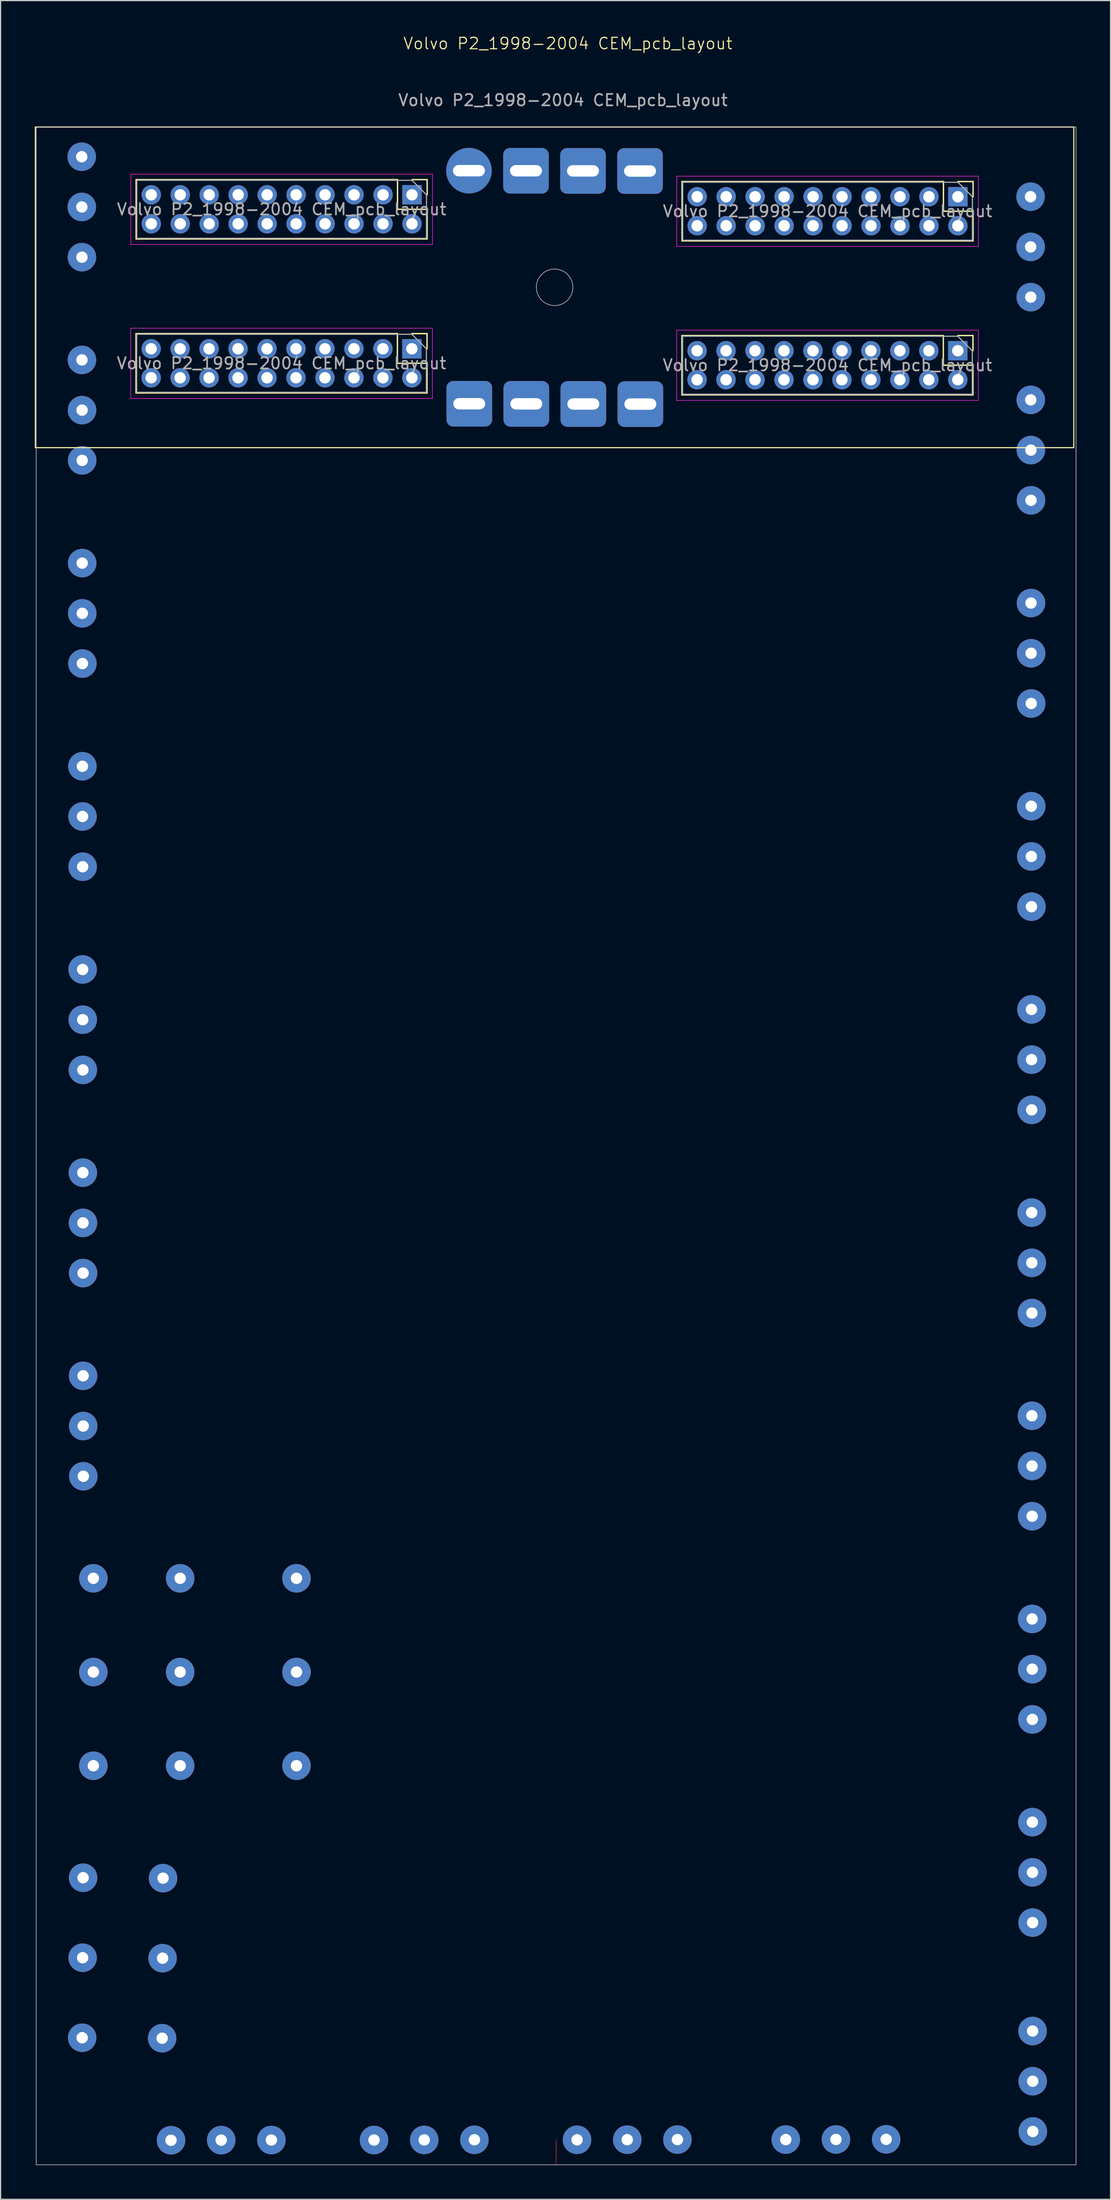
<source format=kicad_pcb>
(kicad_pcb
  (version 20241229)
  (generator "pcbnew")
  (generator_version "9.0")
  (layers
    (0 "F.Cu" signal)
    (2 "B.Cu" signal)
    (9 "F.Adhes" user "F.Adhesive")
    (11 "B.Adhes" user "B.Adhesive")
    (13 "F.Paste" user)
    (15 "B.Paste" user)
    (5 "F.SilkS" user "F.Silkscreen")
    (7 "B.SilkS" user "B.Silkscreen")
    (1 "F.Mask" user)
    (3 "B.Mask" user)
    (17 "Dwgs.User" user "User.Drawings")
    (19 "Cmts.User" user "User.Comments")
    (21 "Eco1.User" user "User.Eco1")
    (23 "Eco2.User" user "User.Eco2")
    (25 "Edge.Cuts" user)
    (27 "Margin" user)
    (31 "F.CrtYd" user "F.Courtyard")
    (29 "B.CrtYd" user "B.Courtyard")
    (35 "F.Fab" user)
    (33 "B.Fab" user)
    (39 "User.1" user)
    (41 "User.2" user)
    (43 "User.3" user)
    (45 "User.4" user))
  (footprint "Volvo P2_1998-2004 CEM_pcb_layout"
    (layer "F.Cu")
    (at 45.515 113.551)
    (property "Reference" "Volvo P2_1998-2004 CEM_pcb_layout" (at 1.23 -112.79 0) (unlocked yes) (layer "F.SilkS") (effects (font (size 1 1) (thickness 0.1))))
    (attr smd)
    (fp_line (start 0.195 73.05) (end 0.2 70.85) (stroke (width 0.05) (type default)) (layer "F.Cu"))
    (fp_line (start -36.642 -87.375) (end -36.642 -82.175) (stroke (width 0.12) (type solid)) (layer "F.SilkS"))
    (fp_line (start -36.633 -100.865) (end -36.633 -95.665) (stroke (width 0.12) (type solid)) (layer "F.SilkS"))
    (fp_line (start -13.723 -87.375) (end -36.642 -87.375) (stroke (width 0.12) (type solid)) (layer "F.SilkS"))
    (fp_line (start -13.723 -87.375) (end -13.723 -84.775) (stroke (width 0.12) (type solid)) (layer "F.SilkS"))
    (fp_line (start -13.723 -84.775) (end -11.123 -84.775) (stroke (width 0.12) (type solid)) (layer "F.SilkS"))
    (fp_line (start -13.713 -100.865) (end -36.633 -100.865) (stroke (width 0.12) (type solid)) (layer "F.SilkS"))
    (fp_line (start -13.713 -100.865) (end -13.713 -98.265) (stroke (width 0.12) (type solid)) (layer "F.SilkS"))
    (fp_line (start -13.713 -98.265) (end -11.113 -98.265) (stroke (width 0.12) (type solid)) (layer "F.SilkS"))
    (fp_line (start -12.453 -87.375) (end -11.123 -87.375) (stroke (width 0.12) (type solid)) (layer "F.SilkS"))
    (fp_line (start -12.443 -100.865) (end -11.113 -100.865) (stroke (width 0.12) (type solid)) (layer "F.SilkS"))
    (fp_line (start -11.123 -87.375) (end -11.123 -86.045) (stroke (width 0.12) (type solid)) (layer "F.SilkS"))
    (fp_line (start -11.123 -84.775) (end -11.123 -82.175) (stroke (width 0.12) (type solid)) (layer "F.SilkS"))
    (fp_line (start -11.123 -82.175) (end -36.642 -82.175) (stroke (width 0.12) (type solid)) (layer "F.SilkS"))
    (fp_line (start -11.113 -100.865) (end -11.113 -99.535) (stroke (width 0.12) (type solid)) (layer "F.SilkS"))
    (fp_line (start -11.113 -98.265) (end -11.113 -95.665) (stroke (width 0.12) (type solid)) (layer "F.SilkS"))
    (fp_line (start -11.113 -95.665) (end -36.633 -95.665) (stroke (width 0.12) (type solid)) (layer "F.SilkS"))
    (fp_line (start 11.223 -87.205) (end 11.223 -82.005) (stroke (width 0.12) (type solid)) (layer "F.SilkS"))
    (fp_line (start 11.232 -100.695) (end 11.232 -95.495) (stroke (width 0.12) (type solid)) (layer "F.SilkS"))
    (fp_line (start 34.142 -87.205) (end 11.223 -87.205) (stroke (width 0.12) (type solid)) (layer "F.SilkS"))
    (fp_line (start 34.142 -87.205) (end 34.142 -84.605) (stroke (width 0.12) (type solid)) (layer "F.SilkS"))
    (fp_line (start 34.142 -84.605) (end 36.742 -84.605) (stroke (width 0.12) (type solid)) (layer "F.SilkS"))
    (fp_line (start 34.153 -100.695) (end 11.232 -100.695) (stroke (width 0.12) (type solid)) (layer "F.SilkS"))
    (fp_line (start 34.153 -100.695) (end 34.153 -98.095) (stroke (width 0.12) (type solid)) (layer "F.SilkS"))
    (fp_line (start 34.153 -98.095) (end 36.752 -98.095) (stroke (width 0.12) (type solid)) (layer "F.SilkS"))
    (fp_line (start 35.413 -87.205) (end 36.742 -87.205) (stroke (width 0.12) (type solid)) (layer "F.SilkS"))
    (fp_line (start 35.422 -100.695) (end 36.752 -100.695) (stroke (width 0.12) (type solid)) (layer "F.SilkS"))
    (fp_line (start 36.742 -87.205) (end 36.742 -85.875) (stroke (width 0.12) (type solid)) (layer "F.SilkS"))
    (fp_line (start 36.742 -84.605) (end 36.742 -82.005) (stroke (width 0.12) (type solid)) (layer "F.SilkS"))
    (fp_line (start 36.742 -82.005) (end 11.223 -82.005) (stroke (width 0.12) (type solid)) (layer "F.SilkS"))
    (fp_line (start 36.752 -100.695) (end 36.752 -99.365) (stroke (width 0.12) (type solid)) (layer "F.SilkS"))
    (fp_line (start 36.752 -98.095) (end 36.752 -95.495) (stroke (width 0.12) (type solid)) (layer "F.SilkS"))
    (fp_line (start 36.752 -95.495) (end 11.232 -95.495) (stroke (width 0.12) (type solid)) (layer "F.SilkS"))
    (fp_rect (start -45.465 -105.475) (end 45.585 -77.385) (stroke (width 0.1) (type default)) (fill no) (layer "F.SilkS"))
    (fp_rect (start -45.39 -105.47) (end 45.78 73.05) (stroke (width 0.05) (type default)) (fill no) (layer "Edge.Cuts"))
    (fp_circle (center 0.06 -91.43) (end 1.208 -90.315) (stroke (width 0.05) (type default)) (fill no) (layer "Edge.Cuts"))
    (fp_line (start -37.102 -87.845) (end -37.102 -81.695) (stroke (width 0.05) (type solid)) (layer "F.CrtYd"))
    (fp_line (start -37.102 -81.695) (end -10.652 -81.695) (stroke (width 0.05) (type solid)) (layer "F.CrtYd"))
    (fp_line (start -37.093 -101.335) (end -37.093 -95.185) (stroke (width 0.05) (type solid)) (layer "F.CrtYd"))
    (fp_line (start -37.093 -95.185) (end -10.643 -95.185) (stroke (width 0.05) (type solid)) (layer "F.CrtYd"))
    (fp_line (start -10.652 -87.845) (end -37.102 -87.845) (stroke (width 0.05) (type solid)) (layer "F.CrtYd"))
    (fp_line (start -10.652 -81.695) (end -10.652 -87.845) (stroke (width 0.05) (type solid)) (layer "F.CrtYd"))
    (fp_line (start -10.643 -101.335) (end -37.093 -101.335) (stroke (width 0.05) (type solid)) (layer "F.CrtYd"))
    (fp_line (start -10.643 -95.185) (end -10.643 -101.335) (stroke (width 0.05) (type solid)) (layer "F.CrtYd"))
    (fp_line (start 10.762 -87.675) (end 10.762 -81.525) (stroke (width 0.05) (type solid)) (layer "F.CrtYd"))
    (fp_line (start 10.762 -81.525) (end 37.212 -81.525) (stroke (width 0.05) (type solid)) (layer "F.CrtYd"))
    (fp_line (start 10.773 -101.165) (end 10.773 -95.015) (stroke (width 0.05) (type solid)) (layer "F.CrtYd"))
    (fp_line (start 10.773 -95.015) (end 37.222 -95.015) (stroke (width 0.05) (type solid)) (layer "F.CrtYd"))
    (fp_line (start 37.212 -87.675) (end 10.762 -87.675) (stroke (width 0.05) (type solid)) (layer "F.CrtYd"))
    (fp_line (start 37.212 -81.525) (end 37.212 -87.675) (stroke (width 0.05) (type solid)) (layer "F.CrtYd"))
    (fp_line (start 37.222 -101.165) (end 10.773 -101.165) (stroke (width 0.05) (type solid)) (layer "F.CrtYd"))
    (fp_line (start 37.222 -95.015) (end 37.222 -101.165) (stroke (width 0.05) (type solid)) (layer "F.CrtYd"))
    (fp_line (start -36.583 -87.315) (end -12.453 -87.315) (stroke (width 0.1) (type solid)) (layer "F.Fab"))
    (fp_line (start -36.583 -82.235) (end -36.583 -87.315) (stroke (width 0.1) (type solid)) (layer "F.Fab"))
    (fp_line (start -36.572 -100.805) (end -12.443 -100.805) (stroke (width 0.1) (type solid)) (layer "F.Fab"))
    (fp_line (start -36.572 -95.725) (end -36.572 -100.805) (stroke (width 0.1) (type solid)) (layer "F.Fab"))
    (fp_line (start -12.453 -87.315) (end -11.182 -86.045) (stroke (width 0.1) (type solid)) (layer "F.Fab"))
    (fp_line (start -12.443 -100.805) (end -11.172 -99.535) (stroke (width 0.1) (type solid)) (layer "F.Fab"))
    (fp_line (start -11.182 -86.045) (end -11.182 -82.235) (stroke (width 0.1) (type solid)) (layer "F.Fab"))
    (fp_line (start -11.182 -82.235) (end -36.583 -82.235) (stroke (width 0.1) (type solid)) (layer "F.Fab"))
    (fp_line (start -11.172 -99.535) (end -11.172 -95.725) (stroke (width 0.1) (type solid)) (layer "F.Fab"))
    (fp_line (start -11.172 -95.725) (end -36.572 -95.725) (stroke (width 0.1) (type solid)) (layer "F.Fab"))
    (fp_line (start 11.283 -87.145) (end 35.413 -87.145) (stroke (width 0.1) (type solid)) (layer "F.Fab"))
    (fp_line (start 11.283 -82.065) (end 11.283 -87.145) (stroke (width 0.1) (type solid)) (layer "F.Fab"))
    (fp_line (start 11.293 -100.635) (end 35.422 -100.635) (stroke (width 0.1) (type solid)) (layer "F.Fab"))
    (fp_line (start 11.293 -95.555) (end 11.293 -100.635) (stroke (width 0.1) (type solid)) (layer "F.Fab"))
    (fp_line (start 35.413 -87.145) (end 36.682 -85.875) (stroke (width 0.1) (type solid)) (layer "F.Fab"))
    (fp_line (start 35.422 -100.635) (end 36.693 -99.365) (stroke (width 0.1) (type solid)) (layer "F.Fab"))
    (fp_line (start 36.682 -85.875) (end 36.682 -82.065) (stroke (width 0.1) (type solid)) (layer "F.Fab"))
    (fp_line (start 36.682 -82.065) (end 11.283 -82.065) (stroke (width 0.1) (type solid)) (layer "F.Fab"))
    (fp_line (start 36.693 -99.365) (end 36.693 -95.555) (stroke (width 0.1) (type solid)) (layer "F.Fab"))
    (fp_line (start 36.693 -95.555) (end 11.293 -95.555) (stroke (width 0.1) (type solid)) (layer "F.Fab"))
    (fp_text user "${REFERENCE}" (at -23.872 -98.265 0) (layer "F.Fab") (effects (font (size 1 1) (thickness 0.15))))
    (fp_text user "${REFERENCE}" (at 23.983 -84.605 0) (layer "F.Fab") (effects (font (size 1 1) (thickness 0.15))))
    (fp_text user "${REFERENCE}" (at 23.992 -98.095 0) (layer "F.Fab") (effects (font (size 1 1) (thickness 0.15))))
    (fp_text user "${REFERENCE}" (at -23.883 -84.775 0) (layer "F.Fab") (effects (font (size 1 1) (thickness 0.15))))
    (fp_text user "${REFERENCE}" (at 0.797 -107.825 0) (unlocked yes) (layer "F.Fab") (effects (font (size 1 1) (thickness 0.15))))
    (pad "1" thru_hole rect (at 35.422 -99.365 270) (size 1.7 1.7) (drill 1) (layers "*.Cu" "*.Mask"))
    (pad "2" thru_hole oval (at 35.422 -96.825 270) (size 1.7 1.7) (drill 1) (layers "*.Cu" "*.Mask"))
    (pad "3" thru_hole oval (at 32.883 -99.365 270) (size 1.7 1.7) (drill 1) (layers "*.Cu" "*.Mask"))
    (pad "4" thru_hole oval (at 32.883 -96.825 270) (size 1.7 1.7) (drill 1) (layers "*.Cu" "*.Mask"))
    (pad "5" thru_hole oval (at 30.343 -99.365 270) (size 1.7 1.7) (drill 1) (layers "*.Cu" "*.Mask"))
    (pad "6" thru_hole oval (at 30.343 -96.825 270) (size 1.7 1.7) (drill 1) (layers "*.Cu" "*.Mask"))
    (pad "7" thru_hole oval (at 27.802 -99.365 270) (size 1.7 1.7) (drill 1) (layers "*.Cu" "*.Mask"))
    (pad "8" thru_hole oval (at 27.802 -96.825 270) (size 1.7 1.7) (drill 1) (layers "*.Cu" "*.Mask"))
    (pad "9" thru_hole oval (at 25.262 -99.365 270) (size 1.7 1.7) (drill 1) (layers "*.Cu" "*.Mask"))
    (pad "10" thru_hole oval (at 25.262 -96.825 270) (size 1.7 1.7) (drill 1) (layers "*.Cu" "*.Mask"))
    (pad "11" thru_hole oval (at 22.723 -99.365 270) (size 1.7 1.7) (drill 1) (layers "*.Cu" "*.Mask"))
    (pad "12" thru_hole oval (at 22.723 -96.825 270) (size 1.7 1.7) (drill 1) (layers "*.Cu" "*.Mask"))
    (pad "13" thru_hole oval (at 20.183 -99.365 270) (size 1.7 1.7) (drill 1) (layers "*.Cu" "*.Mask"))
    (pad "14" thru_hole oval (at 20.183 -96.825 270) (size 1.7 1.7) (drill 1) (layers "*.Cu" "*.Mask"))
    (pad "15" thru_hole oval (at 17.642 -99.365 270) (size 1.7 1.7) (drill 1) (layers "*.Cu" "*.Mask"))
    (pad "16" thru_hole oval (at 17.642 -96.825 270) (size 1.7 1.7) (drill 1) (layers "*.Cu" "*.Mask"))
    (pad "17" thru_hole oval (at 15.102 -99.365 270) (size 1.7 1.7) (drill 1) (layers "*.Cu" "*.Mask"))
    (pad "18" thru_hole oval (at 15.102 -96.825 270) (size 1.7 1.7) (drill 1) (layers "*.Cu" "*.Mask"))
    (pad "19" thru_hole oval (at 12.562 -99.365 270) (size 1.7 1.7) (drill 1) (layers "*.Cu" "*.Mask"))
    (pad "20" thru_hole oval (at 12.562 -96.825 270) (size 1.7 1.7) (drill 1) (layers "*.Cu" "*.Mask"))
    (pad "21" thru_hole rect (at -12.443 -99.535 270) (size 1.7 1.7) (drill 1) (layers "*.Cu" "*.Mask"))
    (pad "22" thru_hole oval (at -12.443 -96.995 270) (size 1.7 1.7) (drill 1) (layers "*.Cu" "*.Mask"))
    (pad "23" thru_hole oval (at -14.982 -99.535 270) (size 1.7 1.7) (drill 1) (layers "*.Cu" "*.Mask"))
    (pad "24" thru_hole oval (at -14.982 -96.995 270) (size 1.7 1.7) (drill 1) (layers "*.Cu" "*.Mask"))
    (pad "25" thru_hole oval (at -17.523 -99.535 270) (size 1.7 1.7) (drill 1) (layers "*.Cu" "*.Mask"))
    (pad "26" thru_hole oval (at -17.523 -96.995 270) (size 1.7 1.7) (drill 1) (layers "*.Cu" "*.Mask"))
    (pad "27" thru_hole oval (at -20.062 -99.535 270) (size 1.7 1.7) (drill 1) (layers "*.Cu" "*.Mask"))
    (pad "28" thru_hole oval (at -20.062 -96.995 270) (size 1.7 1.7) (drill 1) (layers "*.Cu" "*.Mask"))
    (pad "29" thru_hole oval (at -22.602 -99.535 270) (size 1.7 1.7) (drill 1) (layers "*.Cu" "*.Mask"))
    (pad "30" thru_hole oval (at -22.602 -96.995 270) (size 1.7 1.7) (drill 1) (layers "*.Cu" "*.Mask"))
    (pad "31" thru_hole oval (at -25.142 -99.535 270) (size 1.7 1.7) (drill 1) (layers "*.Cu" "*.Mask"))
    (pad "32" thru_hole oval (at -25.142 -96.995 270) (size 1.7 1.7) (drill 1) (layers "*.Cu" "*.Mask"))
    (pad "33" thru_hole oval (at -27.683 -99.535 270) (size 1.7 1.7) (drill 1) (layers "*.Cu" "*.Mask"))
    (pad "34" thru_hole oval (at -27.683 -96.995 270) (size 1.7 1.7) (drill 1) (layers "*.Cu" "*.Mask"))
    (pad "35" thru_hole oval (at -30.223 -99.535 270) (size 1.7 1.7) (drill 1) (layers "*.Cu" "*.Mask"))
    (pad "36" thru_hole oval (at -30.223 -96.995 270) (size 1.7 1.7) (drill 1) (layers "*.Cu" "*.Mask"))
    (pad "37" thru_hole oval (at -32.763 -99.535 270) (size 1.7 1.7) (drill 1) (layers "*.Cu" "*.Mask"))
    (pad "38" thru_hole oval (at -32.763 -96.995 270) (size 1.7 1.7) (drill 1) (layers "*.Cu" "*.Mask"))
    (pad "39" thru_hole oval (at -35.303 -99.535 270) (size 1.7 1.7) (drill 1) (layers "*.Cu" "*.Mask"))
    (pad "40" thru_hole oval (at -35.303 -96.995 270) (size 1.7 1.7) (drill 1) (layers "*.Cu" "*.Mask"))
    (pad "41" thru_hole rect (at 35.413 -85.875 270) (size 1.7 1.7) (drill 1) (layers "*.Cu" "*.Mask"))
    (pad "42" thru_hole oval (at 35.413 -83.335 270) (size 1.7 1.7) (drill 1) (layers "*.Cu" "*.Mask"))
    (pad "43" thru_hole oval (at 32.873 -85.875 270) (size 1.7 1.7) (drill 1) (layers "*.Cu" "*.Mask"))
    (pad "44" thru_hole oval (at 32.873 -83.335 270) (size 1.7 1.7) (drill 1) (layers "*.Cu" "*.Mask"))
    (pad "45" thru_hole oval (at 30.332 -85.875 270) (size 1.7 1.7) (drill 1) (layers "*.Cu" "*.Mask"))
    (pad "46\\" thru_hole oval (at 30.332 -83.335 270) (size 1.7 1.7) (drill 1) (layers "*.Cu" "*.Mask"))
    (pad "47" thru_hole oval (at 27.793 -85.875 270) (size 1.7 1.7) (drill 1) (layers "*.Cu" "*.Mask"))
    (pad "48\\" thru_hole oval (at 27.793 -83.335 270) (size 1.7 1.7) (drill 1) (layers "*.Cu" "*.Mask"))
    (pad "49" thru_hole oval (at 25.253 -85.875 270) (size 1.7 1.7) (drill 1) (layers "*.Cu" "*.Mask"))
    (pad "50" thru_hole oval (at 25.253 -83.335 270) (size 1.7 1.7) (drill 1) (layers "*.Cu" "*.Mask"))
    (pad "51" thru_hole oval (at 22.712 -85.875 270) (size 1.7 1.7) (drill 1) (layers "*.Cu" "*.Mask"))
    (pad "52" thru_hole oval (at 22.712 -83.335 270) (size 1.7 1.7) (drill 1) (layers "*.Cu" "*.Mask"))
    (pad "53" thru_hole oval (at 20.172 -85.875 270) (size 1.7 1.7) (drill 1) (layers "*.Cu" "*.Mask"))
    (pad "54" thru_hole oval (at 20.172 -83.335 270) (size 1.7 1.7) (drill 1) (layers "*.Cu" "*.Mask"))
    (pad "55" thru_hole oval (at 17.633 -85.875 270) (size 1.7 1.7) (drill 1) (layers "*.Cu" "*.Mask"))
    (pad "56" thru_hole oval (at 17.633 -83.335 270) (size 1.7 1.7) (drill 1) (layers "*.Cu" "*.Mask"))
    (pad "57" thru_hole oval (at 15.092 -85.875 270) (size 1.7 1.7) (drill 1) (layers "*.Cu" "*.Mask"))
    (pad "58" thru_hole oval (at 15.092 -83.335 270) (size 1.7 1.7) (drill 1) (layers "*.Cu" "*.Mask"))
    (pad "59" thru_hole oval (at 12.553 -85.875 270) (size 1.7 1.7) (drill 1) (layers "*.Cu" "*.Mask"))
    (pad "60" thru_hole oval (at 12.553 -83.335 270) (size 1.7 1.7) (drill 1) (layers "*.Cu" "*.Mask"))
    (pad "61" thru_hole rect (at -12.453 -86.045 270) (size 1.7 1.7) (drill 1) (layers "*.Cu" "*.Mask"))
    (pad "62" thru_hole oval (at -12.453 -83.505 270) (size 1.7 1.7) (drill 1) (layers "*.Cu" "*.Mask"))
    (pad "63" thru_hole oval (at -14.992 -86.045 270) (size 1.7 1.7) (drill 1) (layers "*.Cu" "*.Mask"))
    (pad "64" thru_hole oval (at -14.992 -83.505 270) (size 1.7 1.7) (drill 1) (layers "*.Cu" "*.Mask"))
    (pad "65" thru_hole oval (at -17.532 -86.045 270) (size 1.7 1.7) (drill 1) (layers "*.Cu" "*.Mask"))
    (pad "66" thru_hole oval (at -17.532 -83.505 270) (size 1.7 1.7) (drill 1) (layers "*.Cu" "*.Mask"))
    (pad "67" thru_hole oval (at -20.073 -86.045 270) (size 1.7 1.7) (drill 1) (layers "*.Cu" "*.Mask"))
    (pad "68" thru_hole oval (at -20.073 -83.505 270) (size 1.7 1.7) (drill 1) (layers "*.Cu" "*.Mask"))
    (pad "69" thru_hole oval (at -22.613 -86.045 270) (size 1.7 1.7) (drill 1) (layers "*.Cu" "*.Mask"))
    (pad "70" thru_hole oval (at -22.613 -83.505 270) (size 1.7 1.7) (drill 1) (layers "*.Cu" "*.Mask"))
    (pad "71" thru_hole oval (at -25.152 -86.045 270) (size 1.7 1.7) (drill 1) (layers "*.Cu" "*.Mask"))
    (pad "72" thru_hole oval (at -25.152 -83.505 270) (size 1.7 1.7) (drill 1) (layers "*.Cu" "*.Mask"))
    (pad "73" thru_hole oval (at -27.692 -86.045 270) (size 1.7 1.7) (drill 1) (layers "*.Cu" "*.Mask"))
    (pad "74" thru_hole oval (at -27.692 -83.505 270) (size 1.7 1.7) (drill 1) (layers "*.Cu" "*.Mask"))
    (pad "75" thru_hole oval (at -30.233 -86.045 270) (size 1.7 1.7) (drill 1) (layers "*.Cu" "*.Mask"))
    (pad "76" thru_hole oval (at -30.233 -83.505 270) (size 1.7 1.7) (drill 1) (layers "*.Cu" "*.Mask"))
    (pad "77" thru_hole oval (at -32.773 -86.045 270) (size 1.7 1.7) (drill 1) (layers "*.Cu" "*.Mask"))
    (pad "78" thru_hole oval (at -32.773 -83.505 270) (size 1.7 1.7) (drill 1) (layers "*.Cu" "*.Mask"))
    (pad "79" thru_hole oval (at -35.312 -86.045 270) (size 1.7 1.7) (drill 1) (layers "*.Cu" "*.Mask"))
    (pad "80" thru_hole oval (at -35.312 -83.505 270) (size 1.7 1.7) (drill 1) (layers "*.Cu" "*.Mask"))
    (pad "81" thru_hole roundrect (at 7.55 -101.62) (size 4 4) (drill oval 2.8 1) (layers "*.Cu" "*.Mask") (roundrect_rratio 0.15))
    (pad "82" thru_hole roundrect (at 2.55 -101.63) (size 4 4) (drill oval 2.8 1) (layers "*.Cu" "*.Mask") (roundrect_rratio 0.15))
    (pad "83" thru_hole roundrect (at -2.45 -101.64) (size 4 4) (drill oval 2.8 1) (layers "*.Cu" "*.Mask") (roundrect_rratio 0.15))
    (pad "84" thru_hole roundrect (at -7.45 -101.65) (size 4 4) (drill oval 2.8 1) (layers "*.Cu" "*.Mask") (roundrect_rratio 0.5))
    (pad "85" thru_hole roundrect (at 7.58 -81.2) (size 4 4) (drill oval 2.8 1) (layers "*.Cu" "*.Mask") (roundrect_rratio 0.15))
    (pad "86" thru_hole roundrect (at 2.58 -81.21) (size 4 4) (drill oval 2.8 1) (layers "*.Cu" "*.Mask") (roundrect_rratio 0.15))
    (pad "87" thru_hole roundrect (at -2.42 -81.22) (size 4 4) (drill oval 2.8 1) (layers "*.Cu" "*.Mask") (roundrect_rratio 0.15))
    (pad "88" thru_hole roundrect (at -7.42 -81.23) (size 4 4) (drill oval 2.8 1) (layers "*.Cu" "*.Mask") (roundrect_rratio 0.15))
    (pad "89" thru_hole circle (at -41.4 -102.87 270) (size 2.5 2.5) (drill 1) (layers "*.Cu" "*.Mask"))
    (pad "89" thru_hole circle (at -41.39 -98.47 270) (size 2.5 2.5) (drill 1) (layers "*.Cu" "*.Mask"))
    (pad "89" thru_hole circle (at -41.38 -94.07 270) (size 2.5 2.5) (drill 1) (layers "*.Cu" "*.Mask"))
    (pad "89" thru_hole circle (at -41.38 -85.07 270) (size 2.5 2.5) (drill 1) (layers "*.Cu" "*.Mask"))
    (pad "89" thru_hole circle (at -41.37 -80.67 270) (size 2.5 2.5) (drill 1) (layers "*.Cu" "*.Mask"))
    (pad "89" thru_hole circle (at -41.36 -76.27 270) (size 2.5 2.5) (drill 1) (layers "*.Cu" "*.Mask"))
    (pad "89" thru_hole circle (at -41.36 -67.27 270) (size 2.5 2.5) (drill 1) (layers "*.Cu" "*.Mask"))
    (pad "89" thru_hole circle (at -41.36 61.92 270) (size 2.5 2.5) (drill 1) (layers "*.Cu" "*.Mask"))
    (pad "89" thru_hole circle (at -41.35 -62.87 270) (size 2.5 2.5) (drill 1) (layers "*.Cu" "*.Mask"))
    (pad "89" thru_hole circle (at -41.34 -58.47 270) (size 2.5 2.5) (drill 1) (layers "*.Cu" "*.Mask"))
    (pad "89" thru_hole circle (at -41.34 -49.47 270) (size 2.5 2.5) (drill 1) (layers "*.Cu" "*.Mask"))
    (pad "89" thru_hole circle (at -41.33 -45.07 270) (size 2.5 2.5) (drill 1) (layers "*.Cu" "*.Mask"))
    (pad "89" thru_hole circle (at -41.32 -40.67 270) (size 2.5 2.5) (drill 1) (layers "*.Cu" "*.Mask"))
    (pad "89" thru_hole circle (at -41.32 -31.67 270) (size 2.5 2.5) (drill 1) (layers "*.Cu" "*.Mask"))
    (pad "89" thru_hole circle (at -41.32 54.91 270) (size 2.5 2.5) (drill 1) (layers "*.Cu" "*.Mask"))
    (pad "89" thru_hole circle (at -41.31 -27.27 270) (size 2.5 2.5) (drill 1) (layers "*.Cu" "*.Mask"))
    (pad "89" thru_hole circle (at -41.3 -22.87 270) (size 2.5 2.5) (drill 1) (layers "*.Cu" "*.Mask"))
    (pad "89" thru_hole circle (at -41.3 -13.87 270) (size 2.5 2.5) (drill 1) (layers "*.Cu" "*.Mask"))
    (pad "89" thru_hole circle (at -41.29 -9.47 270) (size 2.5 2.5) (drill 1) (layers "*.Cu" "*.Mask"))
    (pad "89" thru_hole circle (at -41.28 -5.07 270) (size 2.5 2.5) (drill 1) (layers "*.Cu" "*.Mask"))
    (pad "89" thru_hole circle (at -41.28 3.93 270) (size 2.5 2.5) (drill 1) (layers "*.Cu" "*.Mask"))
    (pad "89" thru_hole circle (at -41.28 47.9 270) (size 2.5 2.5) (drill 1) (layers "*.Cu" "*.Mask"))
    (pad "89" thru_hole circle (at -41.27 8.33 270) (size 2.5 2.5) (drill 1) (layers "*.Cu" "*.Mask"))
    (pad "89" thru_hole circle (at -41.26 12.73 270) (size 2.5 2.5) (drill 1) (layers "*.Cu" "*.Mask"))
    (pad "89" thru_hole circle (at -40.38 21.67 270) (size 2.5 2.5) (drill 1) (layers "*.Cu" "*.Mask"))
    (pad "89" thru_hole circle (at -40.38 29.88 270) (size 2.5 2.5) (drill 1) (layers "*.Cu" "*.Mask"))
    (pad "89" thru_hole circle (at -40.38 38.09 270) (size 2.5 2.5) (drill 1) (layers "*.Cu" "*.Mask"))
    (pad "89" thru_hole circle (at -34.35 61.96 270) (size 2.5 2.5) (drill 1) (layers "*.Cu" "*.Mask"))
    (pad "89" thru_hole circle (at -34.31 54.95 270) (size 2.5 2.5) (drill 1) (layers "*.Cu" "*.Mask"))
    (pad "89" thru_hole circle (at -34.27 47.94 270) (size 2.5 2.5) (drill 1) (layers "*.Cu" "*.Mask"))
    (pad "89" thru_hole circle (at -33.57 70.9) (size 2.5 2.5) (drill 1) (layers "*.Cu" "*.Mask"))
    (pad "89" thru_hole circle (at -32.77 21.67 270) (size 2.5 2.5) (drill 1) (layers "*.Cu" "*.Mask"))
    (pad "89" thru_hole circle (at -32.77 29.88 270) (size 2.5 2.5) (drill 1) (layers "*.Cu" "*.Mask"))
    (pad "89" thru_hole circle (at -32.77 38.09 270) (size 2.5 2.5) (drill 1) (layers "*.Cu" "*.Mask"))
    (pad "89" thru_hole circle (at -29.17 70.89) (size 2.5 2.5) (drill 1) (layers "*.Cu" "*.Mask"))
    (pad "89" thru_hole circle (at -24.77 70.88) (size 2.5 2.5) (drill 1) (layers "*.Cu" "*.Mask"))
    (pad "89" thru_hole circle (at -22.57 21.67 270) (size 2.5 2.5) (drill 1) (layers "*.Cu" "*.Mask"))
    (pad "89" thru_hole circle (at -22.57 29.88 270) (size 2.5 2.5) (drill 1) (layers "*.Cu" "*.Mask"))
    (pad "89" thru_hole circle (at -22.57 38.09 270) (size 2.5 2.5) (drill 1) (layers "*.Cu" "*.Mask"))
    (pad "89" thru_hole circle (at -15.77 70.88) (size 2.5 2.5) (drill 1) (layers "*.Cu" "*.Mask"))
    (pad "89" thru_hole circle (at -11.37 70.87) (size 2.5 2.5) (drill 1) (layers "*.Cu" "*.Mask"))
    (pad "89" thru_hole circle (at -6.97 70.86) (size 2.5 2.5) (drill 1) (layers "*.Cu" "*.Mask"))
    (pad "89" thru_hole circle (at 2.03 70.86) (size 2.5 2.5) (drill 1) (layers "*.Cu" "*.Mask"))
    (pad "89" thru_hole circle (at 6.43 70.85) (size 2.5 2.5) (drill 1) (layers "*.Cu" "*.Mask"))
    (pad "89" thru_hole circle (at 10.83 70.84) (size 2.5 2.5) (drill 1) (layers "*.Cu" "*.Mask"))
    (pad "89" thru_hole circle (at 20.33 70.84) (size 2.5 2.5) (drill 1) (layers "*.Cu" "*.Mask"))
    (pad "89" thru_hole circle (at 24.73 70.83) (size 2.5 2.5) (drill 1) (layers "*.Cu" "*.Mask"))
    (pad "89" thru_hole circle (at 29.13 70.82) (size 2.5 2.5) (drill 1) (layers "*.Cu" "*.Mask"))
    (pad "89" thru_hole circle (at 41.79 -99.37 270) (size 2.5 2.5) (drill 1) (layers "*.Cu" "*.Mask"))
    (pad "89" thru_hole circle (at 41.8 -94.97 270) (size 2.5 2.5) (drill 1) (layers "*.Cu" "*.Mask"))
    (pad "89" thru_hole circle (at 41.81 -90.57 270) (size 2.5 2.5) (drill 1) (layers "*.Cu" "*.Mask"))
    (pad "89" thru_hole circle (at 41.81 -81.57 270) (size 2.5 2.5) (drill 1) (layers "*.Cu" "*.Mask"))
    (pad "89" thru_hole circle (at 41.82 -77.17 270) (size 2.5 2.5) (drill 1) (layers "*.Cu" "*.Mask"))
    (pad "89" thru_hole circle (at 41.83 -72.77 270) (size 2.5 2.5) (drill 1) (layers "*.Cu" "*.Mask"))
    (pad "89" thru_hole circle (at 41.83 -63.77 270) (size 2.5 2.5) (drill 1) (layers "*.Cu" "*.Mask"))
    (pad "89" thru_hole circle (at 41.84 -59.37 270) (size 2.5 2.5) (drill 1) (layers "*.Cu" "*.Mask"))
    (pad "89" thru_hole circle (at 41.85 -54.97 270) (size 2.5 2.5) (drill 1) (layers "*.Cu" "*.Mask"))
    (pad "89" thru_hole circle (at 41.85 -45.97 270) (size 2.5 2.5) (drill 1) (layers "*.Cu" "*.Mask"))
    (pad "89" thru_hole circle (at 41.86 -41.57 270) (size 2.5 2.5) (drill 1) (layers "*.Cu" "*.Mask"))
    (pad "89" thru_hole circle (at 41.87 -37.17 270) (size 2.5 2.5) (drill 1) (layers "*.Cu" "*.Mask"))
    (pad "89" thru_hole circle (at 41.87 -28.17 270) (size 2.5 2.5) (drill 1) (layers "*.Cu" "*.Mask"))
    (pad "89" thru_hole circle (at 41.88 -23.77 270) (size 2.5 2.5) (drill 1) (layers "*.Cu" "*.Mask"))
    (pad "89" thru_hole circle (at 41.89 -19.37 270) (size 2.5 2.5) (drill 1) (layers "*.Cu" "*.Mask"))
    (pad "89" thru_hole circle (at 41.89 -10.37 270) (size 2.5 2.5) (drill 1) (layers "*.Cu" "*.Mask"))
    (pad "89" thru_hole circle (at 41.9 -5.97 270) (size 2.5 2.5) (drill 1) (layers "*.Cu" "*.Mask"))
    (pad "89" thru_hole circle (at 41.91 -1.57 270) (size 2.5 2.5) (drill 1) (layers "*.Cu" "*.Mask"))
    (pad "89" thru_hole circle (at 41.91 7.43 270) (size 2.5 2.5) (drill 1) (layers "*.Cu" "*.Mask"))
    (pad "89" thru_hole circle (at 41.92 11.83 270) (size 2.5 2.5) (drill 1) (layers "*.Cu" "*.Mask"))
    (pad "89" thru_hole circle (at 41.93 16.23 270) (size 2.5 2.5) (drill 1) (layers "*.Cu" "*.Mask"))
    (pad "89" thru_hole circle (at 41.93 25.23 270) (size 2.5 2.5) (drill 1) (layers "*.Cu" "*.Mask"))
    (pad "89" thru_hole circle (at 41.94 29.63 270) (size 2.5 2.5) (drill 1) (layers "*.Cu" "*.Mask"))
    (pad "89" thru_hole circle (at 41.95 34.03 270) (size 2.5 2.5) (drill 1) (layers "*.Cu" "*.Mask"))
    (pad "89" thru_hole circle (at 41.95 43.03 270) (size 2.5 2.5) (drill 1) (layers "*.Cu" "*.Mask"))
    (pad "89" thru_hole circle (at 41.96 47.43 270) (size 2.5 2.5) (drill 1) (layers "*.Cu" "*.Mask"))
    (pad "89" thru_hole circle (at 41.97 51.83 270) (size 2.5 2.5) (drill 1) (layers "*.Cu" "*.Mask"))
    (pad "89" thru_hole circle (at 41.97 61.33 270) (size 2.5 2.5) (drill 1) (layers "*.Cu" "*.Mask"))
    (pad "89" thru_hole circle (at 41.98 65.73 270) (size 2.5 2.5) (drill 1) (layers "*.Cu" "*.Mask"))
    (pad "89" thru_hole circle (at 41.99 70.13 270) (size 2.5 2.5) (drill 1) (layers "*.Cu" "*.Mask")))
  (gr_rect
    (start -3 -3)
    (end 94.32 189.626)
    (stroke (width 0.1) (type default))
    (fill no)
    (layer "Edge.Cuts")))
</source>
